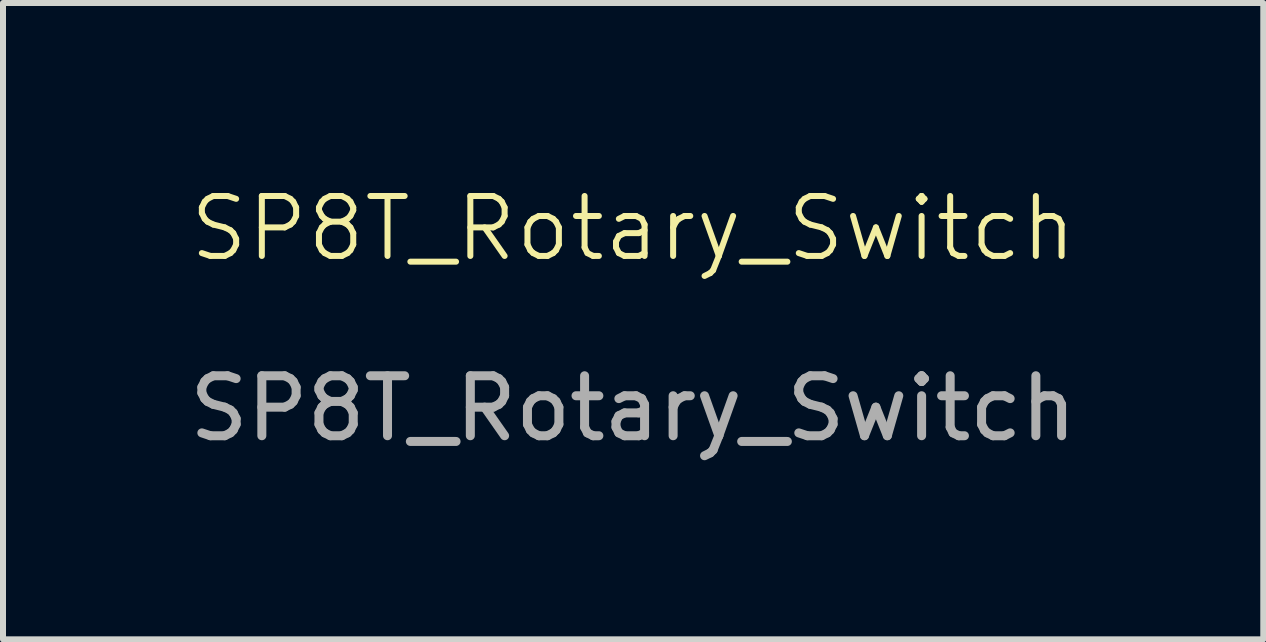
<source format=kicad_pcb>
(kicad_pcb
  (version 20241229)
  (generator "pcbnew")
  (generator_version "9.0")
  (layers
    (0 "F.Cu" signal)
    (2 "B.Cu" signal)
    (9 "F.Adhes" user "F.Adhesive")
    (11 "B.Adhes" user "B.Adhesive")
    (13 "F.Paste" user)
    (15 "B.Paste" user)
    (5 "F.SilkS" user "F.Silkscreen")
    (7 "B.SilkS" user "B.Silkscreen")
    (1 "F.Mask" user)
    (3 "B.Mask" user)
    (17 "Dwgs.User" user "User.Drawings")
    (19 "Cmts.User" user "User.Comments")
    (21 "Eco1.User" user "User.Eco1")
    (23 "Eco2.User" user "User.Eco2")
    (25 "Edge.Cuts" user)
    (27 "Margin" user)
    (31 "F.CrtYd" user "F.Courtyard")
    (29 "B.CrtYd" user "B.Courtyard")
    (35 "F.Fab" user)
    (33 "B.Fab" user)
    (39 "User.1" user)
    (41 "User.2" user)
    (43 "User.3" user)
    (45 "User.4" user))
  (footprint "SP8T_Rotary_Switch"
    (layer "F.Cu")
    (at 7.506 1.26)
    (property "Reference" "SP8T_Rotary_Switch" (at 0 -0.5 0) (unlocked yes) (layer "F.SilkS") (effects (font (size 1 1) (thickness 0.1))))
    (attr smd)
    (fp_text user "${REFERENCE}" (at 0 2.5 0) (unlocked yes) (layer "F.Fab") (effects (font (size 1 1) (thickness 0.15)))))
  (gr_rect
    (start -3 -3)
    (end 18.012 7.609)
    (stroke (width 0.1) (type default))
    (fill no)
    (layer "Edge.Cuts")))
</source>
